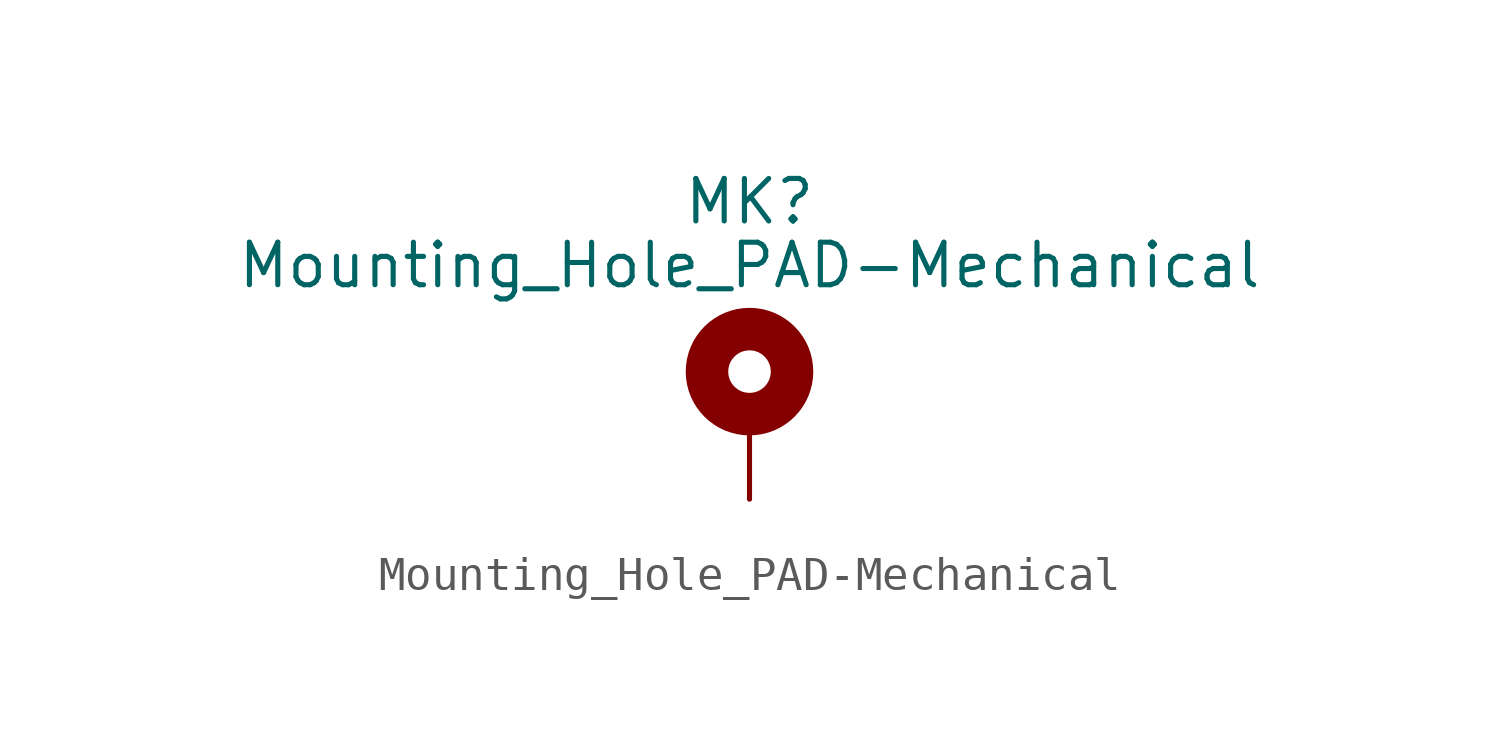
<source format=kicad_sym>
(kicad_symbol_lib
  (version 20201005)
  (generator kicad_symbol_editor)
  (symbol "EuroCard160mmX100mm_holes-rescue:Mounting_Hole_PAD-Mechanical"
    (pin_numbers hide)
    (pin_names
      (offset 1.016) hide)
    (property "Reference" "MK"
      (at 0 6.35 0)
      (effects (font (size 1.27 1.27))))
    (property "Value" "Mounting_Hole_PAD-Mechanical"
      (at 0 4.445 0)
      (effects (font (size 1.27 1.27))))
    (symbol "Mounting_Hole_PAD-Mechanical_0_1"
      (circle (center 0 1.27) (radius 1.27) (stroke (width 1.27)) (fill (type none))))
    (symbol "Mounting_Hole_PAD-Mechanical_1_1"
      (pin input line (at 0 -2.54 90) (length 2.54) (name "1" (effects (font (size 1.27 1.27)))) (number "1" (effects (font (size 1.27 1.27))))))))
</source>
